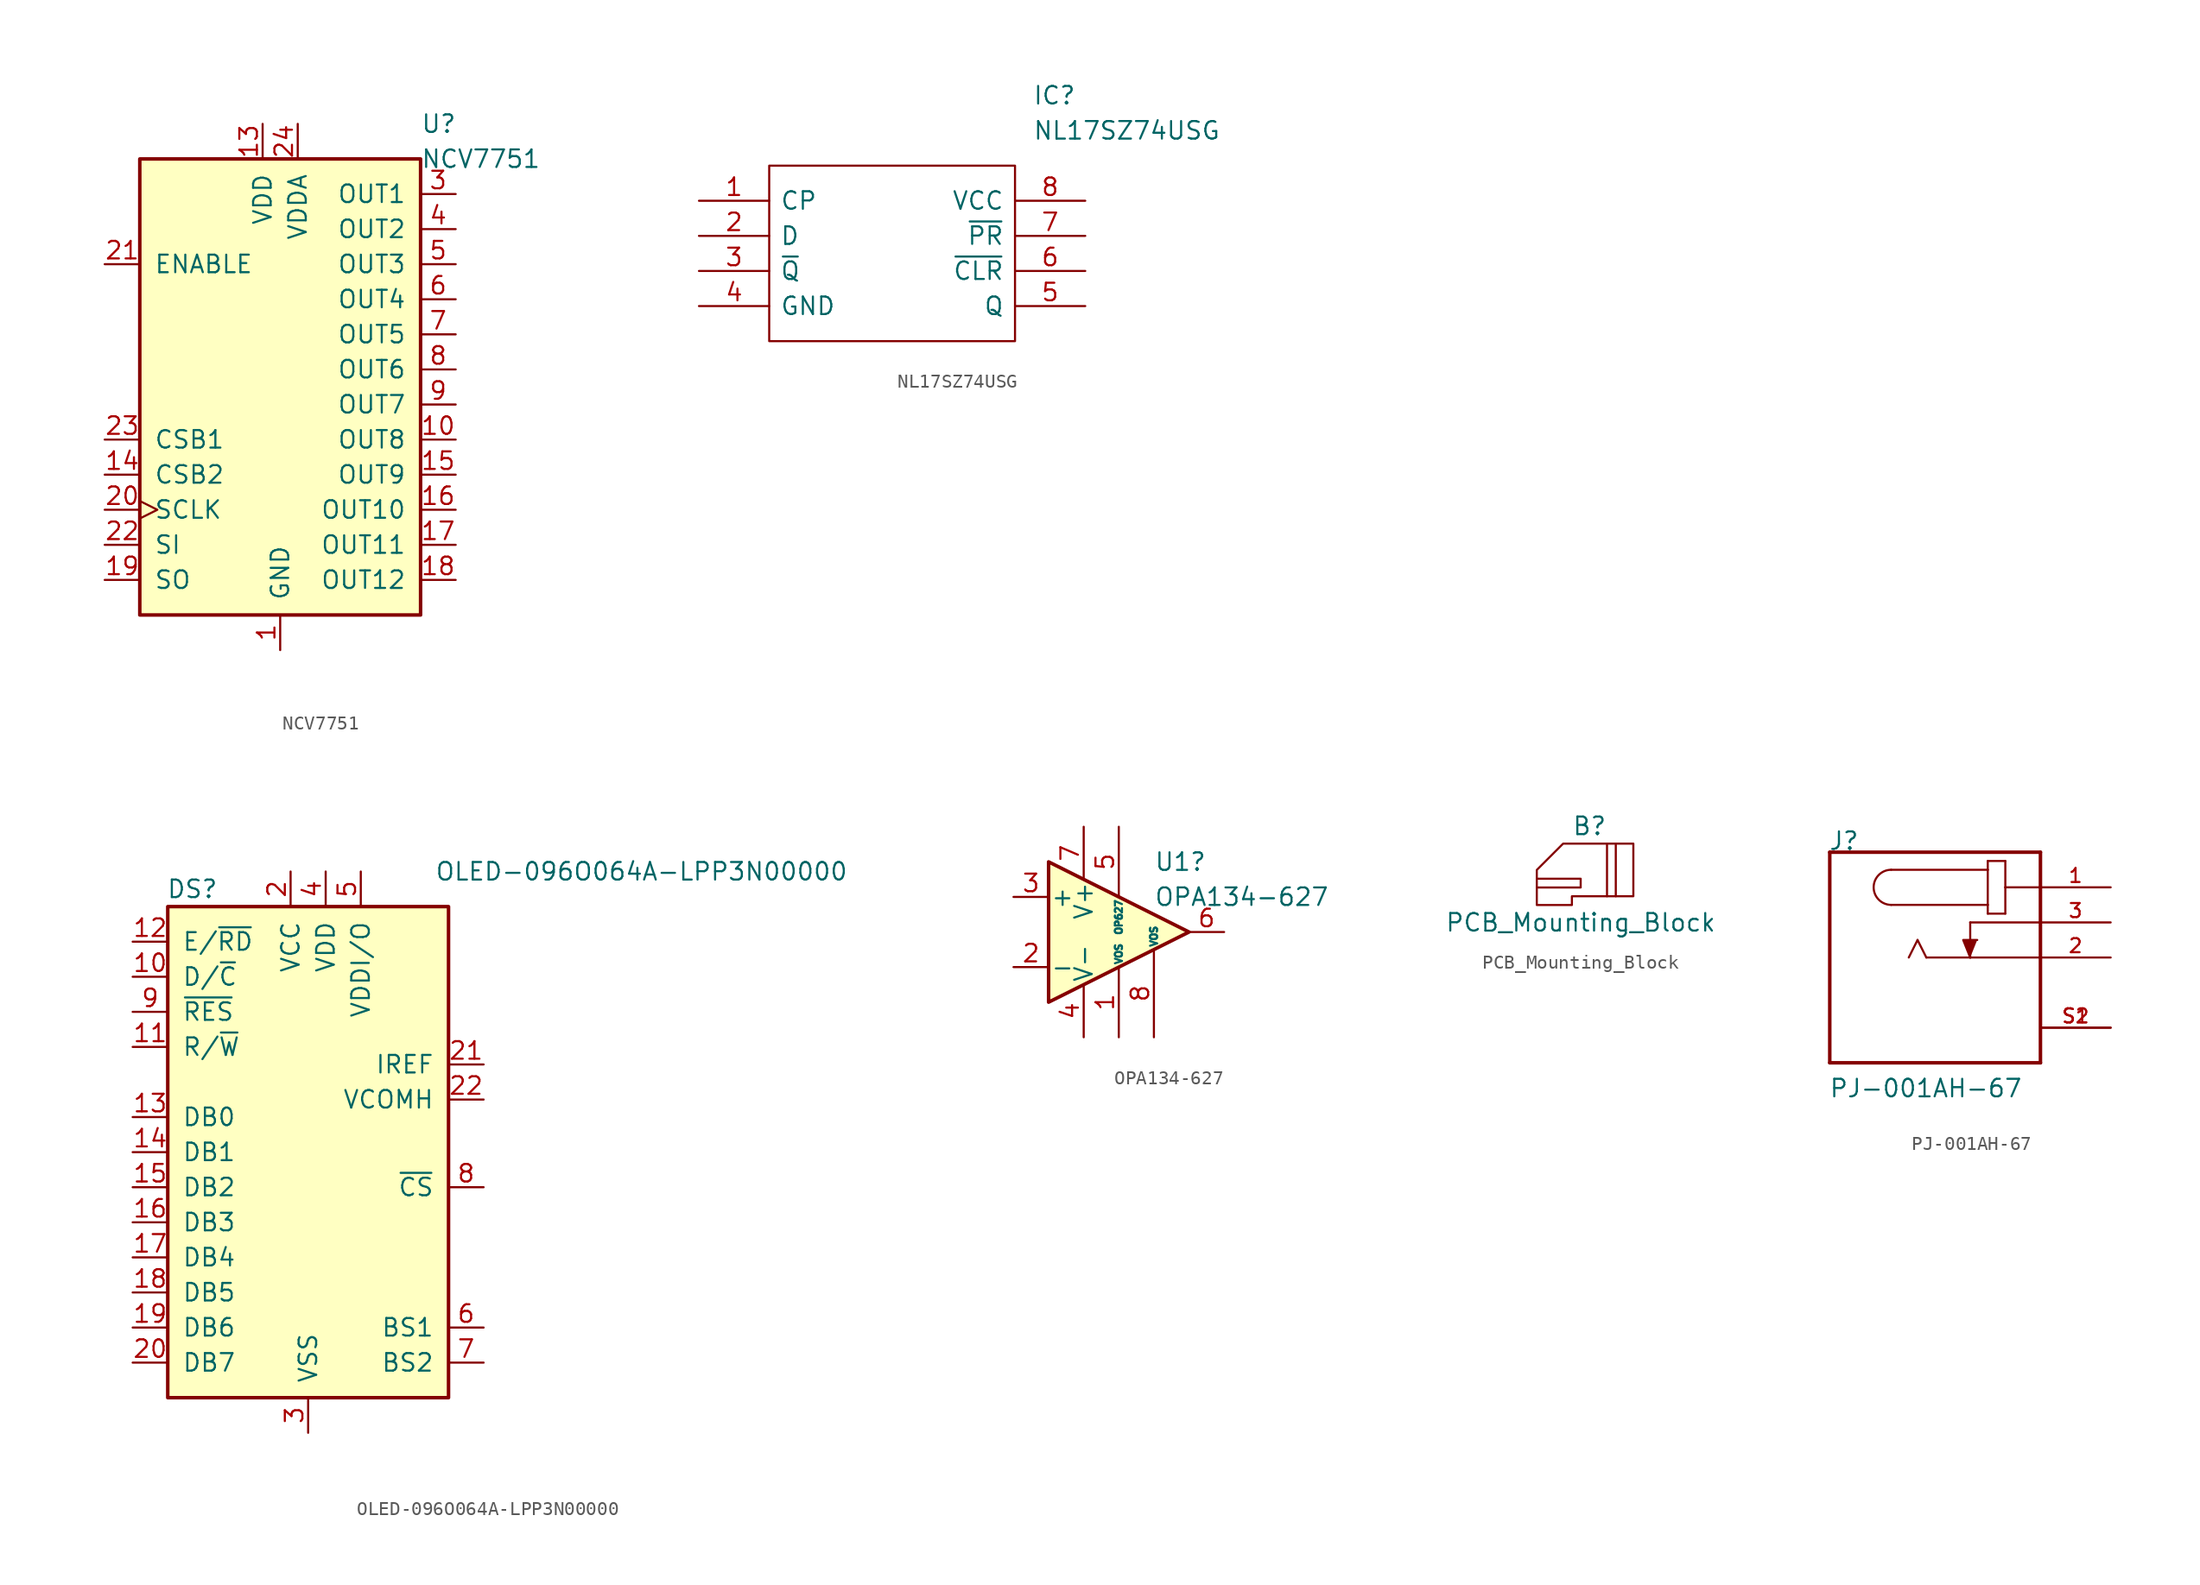
<source format=kicad_sym>
(kicad_symbol_lib
  (version 20211014)
  (generator kicad_symbol_editor)
  (symbol "NCV7751"
    (pin_names
      (offset 1.016))
    (property "Reference" "U"
      (at 10.16 17.78 0)
      (effects (font (size 1.27 1.27)) (justify left)))
    (property "Value" "NCV7751"
      (at 10.16 15.24 0)
      (effects (font (size 1.27 1.27)) (justify left)))
    (symbol "NCV7751_0_1"
      (rectangle (start -10.16 15.24) (end 10.16 -17.78) (stroke (width 0.254) (type default) (color 0 0 0 0)) (fill (type background))))
    (symbol "NCV7751_1_1"
      (pin power_in line (at 0 -20.32 90) (length 2.54) (name "GND" (effects (font (size 1.27 1.27)))) (number "1" (effects (font (size 1.27 1.27)))))
      (pin output line (at 12.7 -5.08 180) (length 2.54) (name "OUT8" (effects (font (size 1.27 1.27)))) (number "10" (effects (font (size 1.27 1.27)))))
      (pin power_in line (at 0 -20.32 90) (length 2.54) hide (name "GND" (effects (font (size 1.27 1.27)))) (number "11" (effects (font (size 1.27 1.27)))))
      (pin power_in line (at 0 -20.32 90) (length 2.54) hide (name "GND" (effects (font (size 1.27 1.27)))) (number "12" (effects (font (size 1.27 1.27)))))
      (pin power_in line (at -1.27 17.78 270) (length 2.54) (name "VDD" (effects (font (size 1.27 1.27)))) (number "13" (effects (font (size 1.27 1.27)))))
      (pin input line (at -12.7 -7.62 0) (length 2.54) (name "CSB2" (effects (font (size 1.27 1.27)))) (number "14" (effects (font (size 1.27 1.27)))))
      (pin output line (at 12.7 -7.62 180) (length 2.54) (name "OUT9" (effects (font (size 1.27 1.27)))) (number "15" (effects (font (size 1.27 1.27)))))
      (pin output line (at 12.7 -10.16 180) (length 2.54) (name "OUT10" (effects (font (size 1.27 1.27)))) (number "16" (effects (font (size 1.27 1.27)))))
      (pin output line (at 12.7 -12.7 180) (length 2.54) (name "OUT11" (effects (font (size 1.27 1.27)))) (number "17" (effects (font (size 1.27 1.27)))))
      (pin output line (at 12.7 -15.24 180) (length 2.54) (name "OUT12" (effects (font (size 1.27 1.27)))) (number "18" (effects (font (size 1.27 1.27)))))
      (pin output line (at -12.7 -15.24 0) (length 2.54) (name "SO" (effects (font (size 1.27 1.27)))) (number "19" (effects (font (size 1.27 1.27)))))
      (pin power_in line (at 0 -20.32 90) (length 2.54) hide (name "GND" (effects (font (size 1.27 1.27)))) (number "2" (effects (font (size 1.27 1.27)))))
      (pin input clock (at -12.7 -10.16 0) (length 2.54) (name "SCLK" (effects (font (size 1.27 1.27)))) (number "20" (effects (font (size 1.27 1.27)))))
      (pin input line (at -12.7 7.62 0) (length 2.54) (name "ENABLE" (effects (font (size 1.27 1.27)))) (number "21" (effects (font (size 1.27 1.27)))))
      (pin input line (at -12.7 -12.7 0) (length 2.54) (name "SI" (effects (font (size 1.27 1.27)))) (number "22" (effects (font (size 1.27 1.27)))))
      (pin input line (at -12.7 -5.08 0) (length 2.54) (name "CSB1" (effects (font (size 1.27 1.27)))) (number "23" (effects (font (size 1.27 1.27)))))
      (pin power_in line (at 1.27 17.78 270) (length 2.54) (name "VDDA" (effects (font (size 1.27 1.27)))) (number "24" (effects (font (size 1.27 1.27)))))
      (pin power_in line (at 0 -20.32 90) (length 2.54) hide (name "EPAD" (effects (font (size 1.27 1.27)))) (number "25" (effects (font (size 1.27 1.27)))))
      (pin output line (at 12.7 12.7 180) (length 2.54) (name "OUT1" (effects (font (size 1.27 1.27)))) (number "3" (effects (font (size 1.27 1.27)))))
      (pin output line (at 12.7 10.16 180) (length 2.54) (name "OUT2" (effects (font (size 1.27 1.27)))) (number "4" (effects (font (size 1.27 1.27)))))
      (pin output line (at 12.7 7.62 180) (length 2.54) (name "OUT3" (effects (font (size 1.27 1.27)))) (number "5" (effects (font (size 1.27 1.27)))))
      (pin output line (at 12.7 5.08 180) (length 2.54) (name "OUT4" (effects (font (size 1.27 1.27)))) (number "6" (effects (font (size 1.27 1.27)))))
      (pin output line (at 12.7 2.54 180) (length 2.54) (name "OUT5" (effects (font (size 1.27 1.27)))) (number "7" (effects (font (size 1.27 1.27)))))
      (pin output line (at 12.7 0 180) (length 2.54) (name "OUT6" (effects (font (size 1.27 1.27)))) (number "8" (effects (font (size 1.27 1.27)))))
      (pin output line (at 12.7 -2.54 180) (length 2.54) (name "OUT7" (effects (font (size 1.27 1.27)))) (number "9" (effects (font (size 1.27 1.27)))))))
  (symbol "NL17SZ74USG"
    (pin_names
      (offset 0.762))
    (property "Reference" "IC"
      (at 24.13 7.62 0)
      (effects (font (size 1.27 1.27)) (justify left)))
    (property "Value" "NL17SZ74USG"
      (at 24.13 5.08 0)
      (effects (font (size 1.27 1.27)) (justify left)))
    (symbol "NL17SZ74USG_0_0"
      (pin passive line (at 0 0 0) (length 5.08) (name "CP" (effects (font (size 1.27 1.27)))) (number "1" (effects (font (size 1.27 1.27)))))
      (pin passive line (at 0 -2.54 0) (length 5.08) (name "D" (effects (font (size 1.27 1.27)))) (number "2" (effects (font (size 1.27 1.27)))))
      (pin passive line (at 0 -5.08 0) (length 5.08) (name "~{Q}" (effects (font (size 1.27 1.27)))) (number "3" (effects (font (size 1.27 1.27)))))
      (pin passive line (at 0 -7.62 0) (length 5.08) (name "GND" (effects (font (size 1.27 1.27)))) (number "4" (effects (font (size 1.27 1.27)))))
      (pin passive line (at 27.94 -7.62 180) (length 5.08) (name "Q" (effects (font (size 1.27 1.27)))) (number "5" (effects (font (size 1.27 1.27)))))
      (pin passive line (at 27.94 -5.08 180) (length 5.08) (name "~{CLR}" (effects (font (size 1.27 1.27)))) (number "6" (effects (font (size 1.27 1.27)))))
      (pin passive line (at 27.94 -2.54 180) (length 5.08) (name "~{PR}" (effects (font (size 1.27 1.27)))) (number "7" (effects (font (size 1.27 1.27)))))
      (pin passive line (at 27.94 0 180) (length 5.08) (name "VCC" (effects (font (size 1.27 1.27)))) (number "8" (effects (font (size 1.27 1.27))))))
    (symbol "NL17SZ74USG_0_1"
      (polyline (pts (xy 5.08 2.54) (xy 22.86 2.54) (xy 22.86 -10.16) (xy 5.08 -10.16) (xy 5.08 2.54)) (stroke (width 0.152) (type default) (color 0 0 0 0)) (fill (type none)))))
  (symbol "OLED-096O064A-LPP3N00000"
    (pin_names
      (offset 1.016))
    (property "Reference" "DS"
      (at -8.382 19.05 0)
      (effects (font (size 1.27 1.27))))
    (property "Value" "OLED-096O064A-LPP3N00000"
      (at 24.13 20.32 0)
      (effects (font (size 1.27 1.27))))
    (symbol "OLED-096O064A-LPP3N00000_0_0"
      (pin input line (at 12.7 6.35 180) (length 2.54) (name "IREF" (effects (font (size 1.27 1.27)))) (number "21" (effects (font (size 1.27 1.27)))))
      (pin output line (at 12.7 3.81 180) (length 2.54) (name "VCOMH" (effects (font (size 1.27 1.27)))) (number "22" (effects (font (size 1.27 1.27)))))
      (pin power_in line (at -1.27 20.32 270) (length 2.54) hide (name "VCC" (effects (font (size 1.27 1.27)))) (number "23" (effects (font (size 1.27 1.27)))))
      (pin power_in line (at 0 -20.32 90) (length 2.54) hide (name "VLSS" (effects (font (size 1.27 1.27)))) (number "24" (effects (font (size 1.27 1.27)))))
      (pin unspecified line (at 0 -20.32 90) (length 2.54) hide (name "NC(GND)" (effects (font (size 1.27 1.27)))) (number "25" (effects (font (size 1.27 1.27))))))
    (symbol "OLED-096O064A-LPP3N00000_0_1"
      (rectangle (start -10.16 17.78) (end 10.16 -17.78) (stroke (width 0.254) (type default) (color 0 0 0 0)) (fill (type background))))
    (symbol "OLED-096O064A-LPP3N00000_1_1"
      (pin unspecified line (at 0 -20.32 90) (length 2.54) hide (name "NC(GND)" (effects (font (size 1.27 1.27)))) (number "1" (effects (font (size 1.27 1.27)))))
      (pin input line (at -12.7 12.7 0) (length 2.54) (name "D/~{C}" (effects (font (size 1.27 1.27)))) (number "10" (effects (font (size 1.27 1.27)))))
      (pin input line (at -12.7 7.62 0) (length 2.54) (name "R/~{W}" (effects (font (size 1.27 1.27)))) (number "11" (effects (font (size 1.27 1.27)))))
      (pin input line (at -12.7 15.24 0) (length 2.54) (name "E/~{RD}" (effects (font (size 1.27 1.27)))) (number "12" (effects (font (size 1.27 1.27)))))
      (pin bidirectional line (at -12.7 2.54 0) (length 2.54) (name "DB0" (effects (font (size 1.27 1.27)))) (number "13" (effects (font (size 1.27 1.27)))))
      (pin bidirectional line (at -12.7 0 0) (length 2.54) (name "DB1" (effects (font (size 1.27 1.27)))) (number "14" (effects (font (size 1.27 1.27)))))
      (pin bidirectional line (at -12.7 -2.54 0) (length 2.54) (name "DB2" (effects (font (size 1.27 1.27)))) (number "15" (effects (font (size 1.27 1.27)))))
      (pin bidirectional line (at -12.7 -5.08 0) (length 2.54) (name "DB3" (effects (font (size 1.27 1.27)))) (number "16" (effects (font (size 1.27 1.27)))))
      (pin bidirectional line (at -12.7 -7.62 0) (length 2.54) (name "DB4" (effects (font (size 1.27 1.27)))) (number "17" (effects (font (size 1.27 1.27)))))
      (pin bidirectional line (at -12.7 -10.16 0) (length 2.54) (name "DB5" (effects (font (size 1.27 1.27)))) (number "18" (effects (font (size 1.27 1.27)))))
      (pin bidirectional line (at -12.7 -12.7 0) (length 2.54) (name "DB6" (effects (font (size 1.27 1.27)))) (number "19" (effects (font (size 1.27 1.27)))))
      (pin power_in line (at -1.27 20.32 270) (length 2.54) (name "VCC" (effects (font (size 1.27 1.27)))) (number "2" (effects (font (size 1.27 1.27)))))
      (pin bidirectional line (at -12.7 -15.24 0) (length 2.54) (name "DB7" (effects (font (size 1.27 1.27)))) (number "20" (effects (font (size 1.27 1.27)))))
      (pin power_in line (at 0 -20.32 90) (length 2.54) (name "VSS" (effects (font (size 1.27 1.27)))) (number "3" (effects (font (size 1.27 1.27)))))
      (pin power_in line (at 1.27 20.32 270) (length 2.54) (name "VDD" (effects (font (size 1.27 1.27)))) (number "4" (effects (font (size 1.27 1.27)))))
      (pin power_in line (at 3.81 20.32 270) (length 2.54) (name "VDDI/O" (effects (font (size 1.27 1.27)))) (number "5" (effects (font (size 1.27 1.27)))))
      (pin input line (at 12.7 -12.7 180) (length 2.54) (name "BS1" (effects (font (size 1.27 1.27)))) (number "6" (effects (font (size 1.27 1.27)))))
      (pin input line (at 12.7 -15.24 180) (length 2.54) (name "BS2" (effects (font (size 1.27 1.27)))) (number "7" (effects (font (size 1.27 1.27)))))
      (pin input line (at 12.7 -2.54 180) (length 2.54) (name "~{CS}" (effects (font (size 1.27 1.27)))) (number "8" (effects (font (size 1.27 1.27)))))
      (pin input line (at -12.7 10.16 0) (length 2.54) (name "~{RES}" (effects (font (size 1.27 1.27)))) (number "9" (effects (font (size 1.27 1.27)))))))
  (symbol "OPA134-627"
    (pin_names
      (offset 0.127))
    (property "Reference" "U1"
      (at 2.54 5.08 0)
      (effects (font (size 1.27 1.27)) (justify left)))
    (property "Value" "OPA134-627"
      (at 2.54 2.54 0)
      (effects (font (size 1.27 1.27)) (justify left)))
    (symbol "OPA134-627_0_1"
      (polyline (pts (xy -5.08 5.08) (xy 5.08 0) (xy -5.08 -5.08) (xy -5.08 5.08)) (stroke (width 0.254) (type default) (color 0 0 0 0)) (fill (type background))))
    (symbol "OPA134-627_1_1"
      (pin input line (at 0 -7.62 90) (length 5.08) (name "VOS" (effects (font (size 0.508 0.508)))) (number "1" (effects (font (size 1.27 1.27)))))
      (pin input line (at -7.62 -2.54 0) (length 2.54) (name "-" (effects (font (size 1.27 1.27)))) (number "2" (effects (font (size 1.27 1.27)))))
      (pin input line (at -7.62 2.54 0) (length 2.54) (name "+" (effects (font (size 1.27 1.27)))) (number "3" (effects (font (size 1.27 1.27)))))
      (pin power_in line (at -2.54 -7.62 90) (length 3.81) (name "V-" (effects (font (size 1.27 1.27)))) (number "4" (effects (font (size 1.27 1.27)))))
      (pin input line (at 0 7.62 270) (length 5.08) (name "OP627" (effects (font (size 0.508 0.508)))) (number "5" (effects (font (size 1.27 1.27)))))
      (pin output line (at 7.62 0 180) (length 2.54) (name "~" (effects (font (size 1.27 1.27)))) (number "6" (effects (font (size 1.27 1.27)))))
      (pin power_in line (at -2.54 7.62 270) (length 3.81) (name "V+" (effects (font (size 1.27 1.27)))) (number "7" (effects (font (size 1.27 1.27)))))
      (pin input line (at 2.54 -7.62 90) (length 6.35) (name "VOS" (effects (font (size 0.508 0.508)))) (number "8" (effects (font (size 1.27 1.27)))))))
  (symbol "PCB_Mounting_Block"
    (pin_names
      (offset 1.016))
    (property "Reference" "B"
      (at 3.81 5.715 0)
      (effects (font (size 1.27 1.27))))
    (property "Value" "PCB_Mounting_Block"
      (at 3.175 -1.27 0)
      (effects (font (size 1.27 1.27))))
    (symbol "PCB_Mounting_Block_0_1"
      (polyline (pts (xy 5.08 0.635) (xy 5.08 4.445)) (stroke (width 0) (type default) (color 0 0 0 0)) (fill (type none)))
      (polyline (pts (xy 5.715 4.445) (xy 5.715 0.635)) (stroke (width 0) (type default) (color 0 0 0 0)) (fill (type none)))
      (polyline (pts (xy 0 1.905) (xy 3.175 1.905) (xy 3.175 1.27) (xy 0 1.27)) (stroke (width 0) (type default) (color 0 0 0 0)) (fill (type none)))
      (polyline (pts (xy 0 0) (xy 0 2.54) (xy 1.905 4.445) (xy 6.985 4.445) (xy 6.985 0.635) (xy 2.54 0.635) (xy 2.54 0) (xy 0 0)) (stroke (width 0) (type default) (color 0 0 0 0)) (fill (type none)))))
  (symbol "PJ-001AH-67"
    (pin_names
      (offset 1.016) hide)
    (property "Reference" "J"
      (at -7.722 7.696 0)
      (effects (font (size 1.27 1.27)) (justify left bottom)))
    (property "Value" "PJ-001AH-67"
      (at -7.696 -10.211 0)
      (effects (font (size 1.27 1.27)) (justify left bottom)))
    (property "ki_locked" ""
      (at 0 0 0)
      (effects (font (size 1.27 1.27))))
    (symbol "PJ-001AH-67_0_0"
      (arc (start -3.175 6.35) (mid -4.445 5.08) (end -3.175 3.81) (stroke (width 0.1524) (type default) (color 0 0 0 0)) (fill (type none)))
      (polyline (pts (xy -7.62 -7.62) (xy -7.62 7.62)) (stroke (width 0.254) (type default) (color 0 0 0 0)) (fill (type none)))
      (polyline (pts (xy -7.62 7.62) (xy 7.62 7.62)) (stroke (width 0.254) (type default) (color 0 0 0 0)) (fill (type none)))
      (polyline (pts (xy -3.175 6.35) (xy 3.81 6.35)) (stroke (width 0.152) (type default) (color 0 0 0 0)) (fill (type none)))
      (polyline (pts (xy -1.27 1.27) (xy -1.905 0)) (stroke (width 0.152) (type default) (color 0 0 0 0)) (fill (type none)))
      (polyline (pts (xy -0.635 0) (xy -1.27 1.27)) (stroke (width 0.152) (type default) (color 0 0 0 0)) (fill (type none)))
      (polyline (pts (xy 2.54 0) (xy -0.635 0)) (stroke (width 0.152) (type default) (color 0 0 0 0)) (fill (type none)))
      (polyline (pts (xy 2.54 0) (xy 7.62 0)) (stroke (width 0.152) (type default) (color 0 0 0 0)) (fill (type none)))
      (polyline (pts (xy 2.54 2.54) (xy 2.54 0)) (stroke (width 0.152) (type default) (color 0 0 0 0)) (fill (type none)))
      (polyline (pts (xy 2.54 2.54) (xy 7.62 2.54)) (stroke (width 0.152) (type default) (color 0 0 0 0)) (fill (type none)))
      (polyline (pts (xy 3.81 3.175) (xy 5.08 3.175)) (stroke (width 0.152) (type default) (color 0 0 0 0)) (fill (type none)))
      (polyline (pts (xy 3.81 3.81) (xy -3.175 3.81)) (stroke (width 0.152) (type default) (color 0 0 0 0)) (fill (type none)))
      (polyline (pts (xy 3.81 3.81) (xy 3.81 3.175)) (stroke (width 0.152) (type default) (color 0 0 0 0)) (fill (type none)))
      (polyline (pts (xy 3.81 6.35) (xy 3.81 3.81)) (stroke (width 0.152) (type default) (color 0 0 0 0)) (fill (type none)))
      (polyline (pts (xy 3.81 6.985) (xy 3.81 6.35)) (stroke (width 0.152) (type default) (color 0 0 0 0)) (fill (type none)))
      (polyline (pts (xy 5.08 3.175) (xy 5.08 5.08)) (stroke (width 0.152) (type default) (color 0 0 0 0)) (fill (type none)))
      (polyline (pts (xy 5.08 5.08) (xy 5.08 6.985)) (stroke (width 0.152) (type default) (color 0 0 0 0)) (fill (type none)))
      (polyline (pts (xy 5.08 5.08) (xy 7.62 5.08)) (stroke (width 0.152) (type default) (color 0 0 0 0)) (fill (type none)))
      (polyline (pts (xy 5.08 6.985) (xy 3.81 6.985)) (stroke (width 0.152) (type default) (color 0 0 0 0)) (fill (type none)))
      (polyline (pts (xy 7.62 -7.62) (xy -7.62 -7.62)) (stroke (width 0.254) (type default) (color 0 0 0 0)) (fill (type none)))
      (polyline (pts (xy 7.62 0) (xy 7.62 -7.62)) (stroke (width 0.254) (type default) (color 0 0 0 0)) (fill (type none)))
      (polyline (pts (xy 7.62 2.54) (xy 7.62 0)) (stroke (width 0.254) (type default) (color 0 0 0 0)) (fill (type none)))
      (polyline (pts (xy 7.62 5.08) (xy 7.62 2.54)) (stroke (width 0.254) (type default) (color 0 0 0 0)) (fill (type none)))
      (polyline (pts (xy 7.62 7.62) (xy 7.62 5.08)) (stroke (width 0.254) (type default) (color 0 0 0 0)) (fill (type none)))
      (polyline (pts (xy 2.54 0) (xy 2.032 1.27) (xy 3.048 1.27)) (stroke (width 0.152) (type default) (color 0 0 0 0)) (fill (type outline)))
      (pin passive line (at 12.7 5.08 180) (length 5.08) (name "1" (effects (font (size 1.016 1.016)))) (number "1" (effects (font (size 1.016 1.016)))))
      (pin passive line (at 12.7 0 180) (length 5.08) (name "2" (effects (font (size 1.016 1.016)))) (number "2" (effects (font (size 1.016 1.016)))))
      (pin passive line (at 12.7 2.54 180) (length 5.08) (name "3" (effects (font (size 1.016 1.016)))) (number "3" (effects (font (size 1.016 1.016)))))
      (pin passive line (at 12.7 -5.08 180) (length 5.08) (name "SHIELD" (effects (font (size 1.016 1.016)))) (number "S1" (effects (font (size 1.016 1.016)))))
      (pin passive line (at 12.7 -5.08 180) (length 5.08) (name "SHIELD" (effects (font (size 1.016 1.016)))) (number "S2" (effects (font (size 1.016 1.016))))))))
</source>
